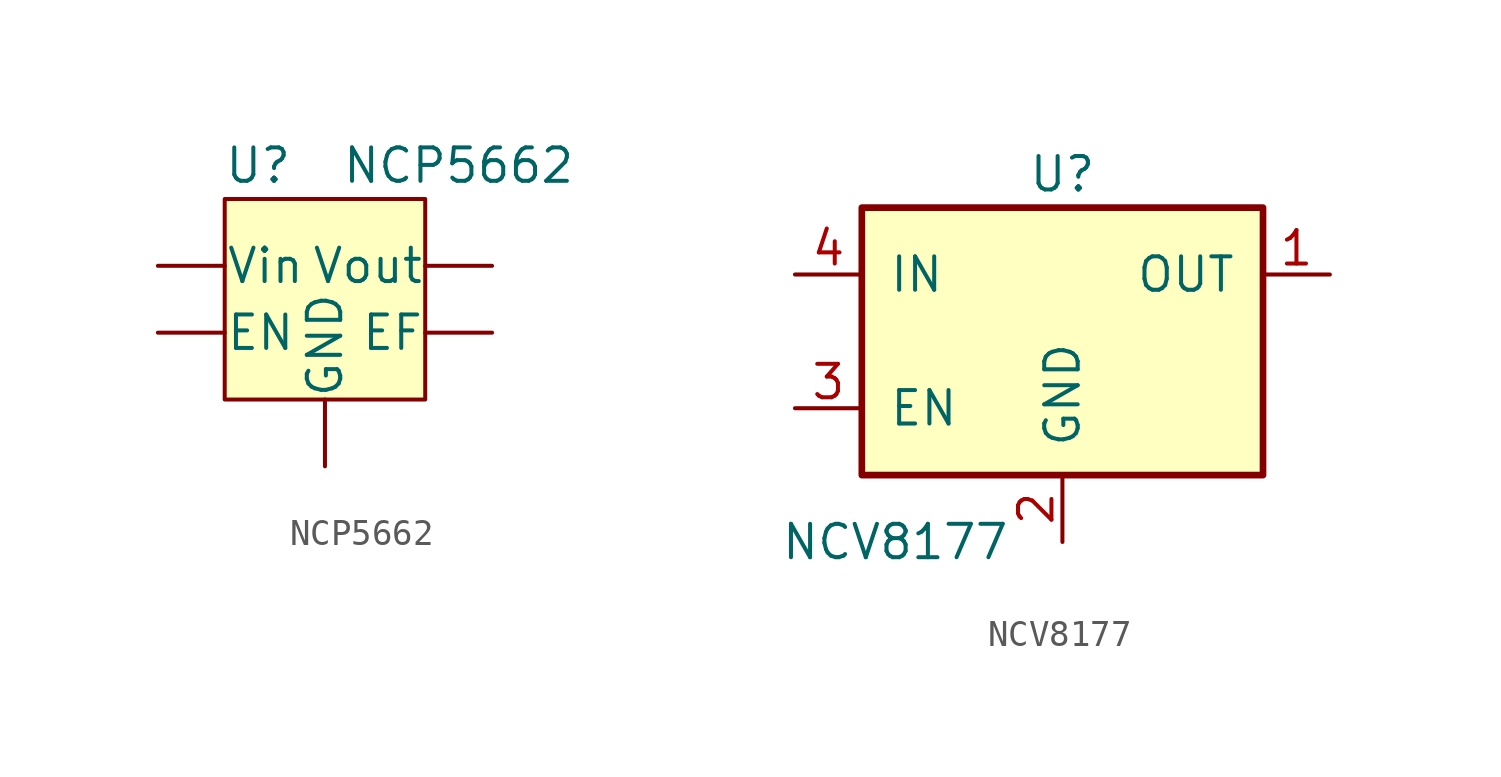
<source format=kicad_sym>
(kicad_symbol_lib
  (version 20211014)
  (generator kicad_symbol_editor)
  (symbol "NCP5662"
    (pin_numbers hide)
    (pin_names
      (offset 0.025))
    (property "Reference" "U"
      (at -2.54 5.08 0)
      (effects (font (size 1.27 1.27))))
    (property "Value" "NCP5662"
      (at 5.08 5.08 0)
      (effects (font (size 1.27 1.27))))
    (symbol "NCP5662_0_1"
      (rectangle (start -3.81 3.81) (end 3.81 -3.81) (stroke (width 0) (type default) (color 0 0 0 0)) (fill (type background))))
    (symbol "NCP5662_1_1"
      (pin input line (at -6.35 -1.27 0) (length 2.54) (name "EN" (effects (font (size 1.27 1.27)))) (number "1" (effects (font (size 1.27 1.27)))))
      (pin power_in line (at -6.35 1.27 0) (length 2.54) (name "Vin" (effects (font (size 1.27 1.27)))) (number "2" (effects (font (size 1.27 1.27)))))
      (pin power_in line (at 0 -6.35 90) (length 2.54) (name "GND" (effects (font (size 1.27 1.27)))) (number "3" (effects (font (size 1.27 1.27)))))
      (pin power_out line (at 6.35 1.27 180) (length 2.54) (name "Vout" (effects (font (size 1.27 1.27)))) (number "4" (effects (font (size 1.27 1.27)))))
      (pin output line (at 6.35 -1.27 180) (length 2.54) (name "EF" (effects (font (size 1.27 1.27)))) (number "5" (effects (font (size 1.27 1.27)))))))
  (symbol "NCV8177"
    (pin_names
      (offset 1.016))
    (property "Reference" "U"
      (at 0 6.35 0)
      (effects (font (size 1.27 1.27))))
    (property "Value" "NCV8177"
      (at -6.35 -7.62 0)
      (effects (font (size 1.27 1.27))))
    (symbol "NCV8177_1_1"
      (rectangle (start -7.62 5.08) (end 7.62 -5.08) (stroke (width 0.254) (type default) (color 0 0 0 0)) (fill (type background)))
      (pin power_out line (at 10.16 2.54 180) (length 2.54) (name "OUT" (effects (font (size 1.27 1.27)))) (number "1" (effects (font (size 1.27 1.27)))))
      (pin power_in line (at 0 -7.62 90) (length 2.54) (name "GND" (effects (font (size 1.27 1.27)))) (number "2" (effects (font (size 1.27 1.27)))))
      (pin input line (at -10.16 -2.54 0) (length 2.54) (name "EN" (effects (font (size 1.27 1.27)))) (number "3" (effects (font (size 1.27 1.27)))))
      (pin power_in line (at -10.16 2.54 0) (length 2.54) (name "IN" (effects (font (size 1.27 1.27)))) (number "4" (effects (font (size 1.27 1.27))))))))
</source>
